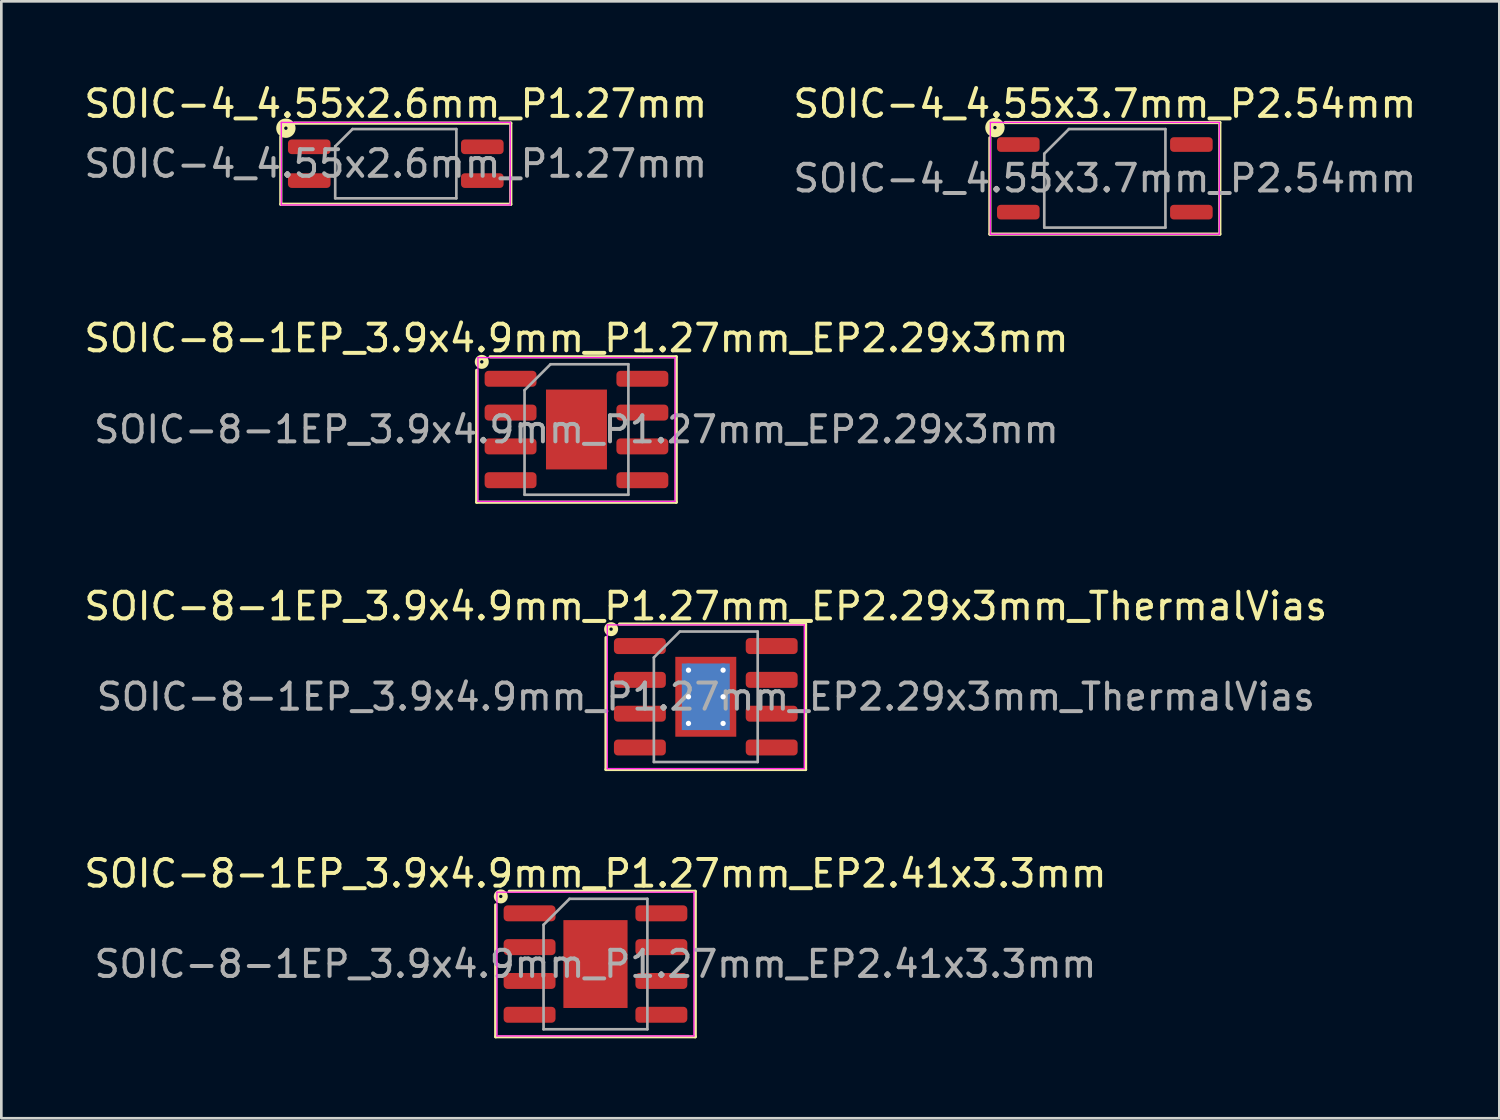
<source format=kicad_pcb>
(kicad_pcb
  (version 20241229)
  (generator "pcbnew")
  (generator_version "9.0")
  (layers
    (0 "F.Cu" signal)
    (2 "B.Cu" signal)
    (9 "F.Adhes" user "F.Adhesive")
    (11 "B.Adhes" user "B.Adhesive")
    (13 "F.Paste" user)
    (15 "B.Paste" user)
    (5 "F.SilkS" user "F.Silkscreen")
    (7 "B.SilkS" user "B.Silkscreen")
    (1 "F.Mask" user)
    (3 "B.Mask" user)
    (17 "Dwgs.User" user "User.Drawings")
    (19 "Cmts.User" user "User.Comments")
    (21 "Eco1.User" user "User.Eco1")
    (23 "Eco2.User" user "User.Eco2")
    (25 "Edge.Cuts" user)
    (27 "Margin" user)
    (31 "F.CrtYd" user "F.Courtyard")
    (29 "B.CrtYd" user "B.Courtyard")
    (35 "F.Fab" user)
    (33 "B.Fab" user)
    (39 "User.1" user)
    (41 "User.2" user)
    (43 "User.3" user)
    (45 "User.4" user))
  (footprint "SOIC-8-1EP_3.9x4.9mm_P1.27mm_EP2.29x3mm"
    (layer "F.Cu")
    (at 18.601 13.081)
    (property "Reference" "SOIC-8-1EP_3.9x4.9mm_P1.27mm_EP2.29x3mm" (at 0 -3.429 0) (layer "F.SilkS") (effects (font (size 1 1) (thickness 0.15))))
    (attr smd)
    (fp_line (start -3.747 -2.223) (end -3.747 2.731) (stroke (width 0.12) (type solid)) (layer "F.SilkS"))
    (fp_line (start -3.747 2.731) (end 3.747 2.731) (stroke (width 0.12) (type solid)) (layer "F.SilkS"))
    (fp_line (start 3.747 -2.731) (end -3.239 -2.731) (stroke (width 0.12) (type solid)) (layer "F.SilkS"))
    (fp_line (start 3.747 2.731) (end 3.747 -2.731) (stroke (width 0.12) (type solid)) (layer "F.SilkS"))
    (fp_circle (center -3.556 -2.54) (end -3.493 -2.54) (stroke (width 0.2) (type solid)) (fill no) (layer "F.SilkS"))
    (fp_line (start -3.7 -2.7) (end -3.7 2.7) (stroke (width 0.05) (type solid)) (layer "F.CrtYd"))
    (fp_line (start -3.7 2.7) (end 3.7 2.7) (stroke (width 0.05) (type solid)) (layer "F.CrtYd"))
    (fp_line (start 3.7 -2.7) (end -3.7 -2.7) (stroke (width 0.05) (type solid)) (layer "F.CrtYd"))
    (fp_line (start 3.7 2.7) (end 3.7 -2.7) (stroke (width 0.05) (type solid)) (layer "F.CrtYd"))
    (fp_line (start -1.95 -1.475) (end -0.975 -2.45) (stroke (width 0.1) (type solid)) (layer "F.Fab"))
    (fp_line (start -1.95 2.45) (end -1.95 -1.475) (stroke (width 0.1) (type solid)) (layer "F.Fab"))
    (fp_line (start -0.975 -2.45) (end 1.95 -2.45) (stroke (width 0.1) (type solid)) (layer "F.Fab"))
    (fp_line (start 1.95 -2.45) (end 1.95 2.45) (stroke (width 0.1) (type solid)) (layer "F.Fab"))
    (fp_line (start 1.95 2.45) (end -1.95 2.45) (stroke (width 0.1) (type solid)) (layer "F.Fab"))
    (fp_text user "${REFERENCE}" (at 0 0 0) (layer "F.Fab") (effects (font (size 0.98 0.98) (thickness 0.15))))
    (pad "" smd roundrect (at -0.57 -0.75) (size 0.92 1.21) (layers "F.Paste") (roundrect_rratio 0.25))
    (pad "" smd roundrect (at -0.57 0.75) (size 0.92 1.21) (layers "F.Paste") (roundrect_rratio 0.25))
    (pad "" smd roundrect (at 0.57 -0.75) (size 0.92 1.21) (layers "F.Paste") (roundrect_rratio 0.25))
    (pad "" smd roundrect (at 0.57 0.75) (size 0.92 1.21) (layers "F.Paste") (roundrect_rratio 0.25))
    (pad "1" smd roundrect (at -2.475 -1.905) (size 1.95 0.6) (layers "F.Cu" "F.Mask" "F.Paste") (roundrect_rratio 0.25))
    (pad "2" smd roundrect (at -2.475 -0.635) (size 1.95 0.6) (layers "F.Cu" "F.Mask" "F.Paste") (roundrect_rratio 0.25))
    (pad "3" smd roundrect (at -2.475 0.635) (size 1.95 0.6) (layers "F.Cu" "F.Mask" "F.Paste") (roundrect_rratio 0.25))
    (pad "4" smd roundrect (at -2.475 1.905) (size 1.95 0.6) (layers "F.Cu" "F.Mask" "F.Paste") (roundrect_rratio 0.25))
    (pad "5" smd roundrect (at 2.475 1.905) (size 1.95 0.6) (layers "F.Cu" "F.Mask" "F.Paste") (roundrect_rratio 0.25))
    (pad "6" smd roundrect (at 2.475 0.635) (size 1.95 0.6) (layers "F.Cu" "F.Mask" "F.Paste") (roundrect_rratio 0.25))
    (pad "7" smd roundrect (at 2.475 -0.635) (size 1.95 0.6) (layers "F.Cu" "F.Mask" "F.Paste") (roundrect_rratio 0.25))
    (pad "8" smd roundrect (at 2.475 -1.905) (size 1.95 0.6) (layers "F.Cu" "F.Mask" "F.Paste") (roundrect_rratio 0.25))
    (pad "9" smd rect (at 0 0) (size 2.29 3) (layers "F.Cu" "F.Mask")))
  (footprint "SOIC-8-1EP_3.9x4.9mm_P1.27mm_EP2.29x3mm_ThermalVias"
    (layer "F.Cu")
    (at 23.458 23.12)
    (property "Reference" "SOIC-8-1EP_3.9x4.9mm_P1.27mm_EP2.29x3mm_ThermalVias" (at 0 -3.4 0) (layer "F.SilkS") (effects (font (size 1 1) (thickness 0.15))))
    (attr smd)
    (fp_line (start -3.747 -2.223) (end -3.747 2.731) (stroke (width 0.12) (type solid)) (layer "F.SilkS"))
    (fp_line (start -3.747 2.731) (end 3.747 2.731) (stroke (width 0.12) (type solid)) (layer "F.SilkS"))
    (fp_line (start 3.747 -2.731) (end -3.239 -2.731) (stroke (width 0.12) (type solid)) (layer "F.SilkS"))
    (fp_line (start 3.747 2.731) (end 3.747 -2.731) (stroke (width 0.12) (type solid)) (layer "F.SilkS"))
    (fp_circle (center -3.556 -2.54) (end -3.493 -2.54) (stroke (width 0.2) (type solid)) (fill no) (layer "F.SilkS"))
    (fp_line (start -3.7 -2.7) (end -3.7 2.7) (stroke (width 0.05) (type solid)) (layer "F.CrtYd"))
    (fp_line (start -3.7 2.7) (end 3.7 2.7) (stroke (width 0.05) (type solid)) (layer "F.CrtYd"))
    (fp_line (start 3.7 -2.7) (end -3.7 -2.7) (stroke (width 0.05) (type solid)) (layer "F.CrtYd"))
    (fp_line (start 3.7 2.7) (end 3.7 -2.7) (stroke (width 0.05) (type solid)) (layer "F.CrtYd"))
    (fp_line (start -1.95 -1.475) (end -0.975 -2.45) (stroke (width 0.1) (type solid)) (layer "F.Fab"))
    (fp_line (start -1.95 2.45) (end -1.95 -1.475) (stroke (width 0.1) (type solid)) (layer "F.Fab"))
    (fp_line (start -0.975 -2.45) (end 1.95 -2.45) (stroke (width 0.1) (type solid)) (layer "F.Fab"))
    (fp_line (start 1.95 -2.45) (end 1.95 2.45) (stroke (width 0.1) (type solid)) (layer "F.Fab"))
    (fp_line (start 1.95 2.45) (end -1.95 2.45) (stroke (width 0.1) (type solid)) (layer "F.Fab"))
    (fp_text user "${REFERENCE}" (at 0 0 0) (layer "F.Fab") (effects (font (size 0.98 0.98) (thickness 0.15))))
    (pad "" smd roundrect (at -0.57 -0.75) (size 0.96 1.25) (layers "F.Paste") (roundrect_rratio 0.25))
    (pad "" smd roundrect (at -0.57 0.75) (size 0.96 1.25) (layers "F.Paste") (roundrect_rratio 0.25))
    (pad "" smd roundrect (at 0.57 -0.75) (size 0.96 1.25) (layers "F.Paste") (roundrect_rratio 0.25))
    (pad "" smd roundrect (at 0.57 0.75) (size 0.96 1.25) (layers "F.Paste") (roundrect_rratio 0.25))
    (pad "1" smd roundrect (at -2.475 -1.905) (size 1.95 0.6) (layers "F.Cu" "F.Mask" "F.Paste") (roundrect_rratio 0.25))
    (pad "2" smd roundrect (at -2.475 -0.635) (size 1.95 0.6) (layers "F.Cu" "F.Mask" "F.Paste") (roundrect_rratio 0.25))
    (pad "3" smd roundrect (at -2.475 0.635) (size 1.95 0.6) (layers "F.Cu" "F.Mask" "F.Paste") (roundrect_rratio 0.25))
    (pad "4" smd roundrect (at -2.475 1.905) (size 1.95 0.6) (layers "F.Cu" "F.Mask" "F.Paste") (roundrect_rratio 0.25))
    (pad "5" smd roundrect (at 2.475 1.905) (size 1.95 0.6) (layers "F.Cu" "F.Mask" "F.Paste") (roundrect_rratio 0.25))
    (pad "6" smd roundrect (at 2.475 0.635) (size 1.95 0.6) (layers "F.Cu" "F.Mask" "F.Paste") (roundrect_rratio 0.25))
    (pad "7" smd roundrect (at 2.475 -0.635) (size 1.95 0.6) (layers "F.Cu" "F.Mask" "F.Paste") (roundrect_rratio 0.25))
    (pad "8" smd roundrect (at 2.475 -1.905) (size 1.95 0.6) (layers "F.Cu" "F.Mask" "F.Paste") (roundrect_rratio 0.25))
    (pad "9" thru_hole circle (at -0.65 -1) (size 0.5 0.5) (drill 0.2) (layers "*.Cu"))
    (pad "9" thru_hole circle (at -0.65 0) (size 0.5 0.5) (drill 0.2) (layers "*.Cu"))
    (pad "9" thru_hole circle (at -0.65 1) (size 0.5 0.5) (drill 0.2) (layers "*.Cu"))
    (pad "9" smd rect (at 0 0) (size 1.8 2.5) (layers "B.Cu" "B.Mask"))
    (pad "9" smd rect (at 0 0) (size 2.29 3) (layers "F.Cu" "F.Mask"))
    (pad "9" thru_hole circle (at 0.65 -1) (size 0.5 0.5) (drill 0.2) (layers "*.Cu"))
    (pad "9" thru_hole circle (at 0.65 0) (size 0.5 0.5) (drill 0.2) (layers "*.Cu"))
    (pad "9" thru_hole circle (at 0.65 1) (size 0.5 0.5) (drill 0.2) (layers "*.Cu")))
  (footprint "SOIC-4_4.55x3.7mm_P2.54mm"
    (layer "F.Cu")
    (at 38.446 3.648)
    (property "Reference" "SOIC-4_4.55x3.7mm_P2.54mm" (at 0 -2.8 0) (layer "F.SilkS") (effects (font (size 1 1) (thickness 0.15))))
    (attr smd)
    (fp_line (start -4.318 -1.524) (end -4.318 2.095) (stroke (width 0.12) (type solid)) (layer "F.SilkS"))
    (fp_line (start -4.318 2.095) (end 4.318 2.095) (stroke (width 0.12) (type solid)) (layer "F.SilkS"))
    (fp_line (start 4.318 -2.095) (end -3.747 -2.095) (stroke (width 0.12) (type solid)) (layer "F.SilkS"))
    (fp_line (start 4.318 2.095) (end 4.318 -2.095) (stroke (width 0.12) (type solid)) (layer "F.SilkS"))
    (fp_circle (center -4.128 -1.905) (end -4.064 -1.905) (stroke (width 0.3) (type solid)) (fill no) (layer "F.SilkS"))
    (fp_line (start -4.3 -2.1) (end -4.3 2.1) (stroke (width 0.05) (type solid)) (layer "F.CrtYd"))
    (fp_line (start -4.3 2.1) (end 4.3 2.1) (stroke (width 0.05) (type solid)) (layer "F.CrtYd"))
    (fp_line (start 4.3 -2.1) (end -4.3 -2.1) (stroke (width 0.05) (type solid)) (layer "F.CrtYd"))
    (fp_line (start 4.3 2.1) (end 4.3 -2.1) (stroke (width 0.05) (type solid)) (layer "F.CrtYd"))
    (fp_line (start -2.275 -0.925) (end -1.35 -1.85) (stroke (width 0.1) (type solid)) (layer "F.Fab"))
    (fp_line (start -2.275 1.85) (end -2.275 -0.925) (stroke (width 0.1) (type solid)) (layer "F.Fab"))
    (fp_line (start -1.35 -1.85) (end 2.275 -1.85) (stroke (width 0.1) (type solid)) (layer "F.Fab"))
    (fp_line (start 2.275 -1.85) (end 2.275 1.85) (stroke (width 0.1) (type solid)) (layer "F.Fab"))
    (fp_line (start 2.275 1.85) (end -2.275 1.85) (stroke (width 0.1) (type solid)) (layer "F.Fab"))
    (fp_text user "${REFERENCE}" (at 0 0 0) (layer "F.Fab") (effects (font (size 1 1) (thickness 0.15))))
    (pad "1" smd roundrect (at -3.25 -1.27) (size 1.6 0.55) (layers "F.Cu" "F.Mask" "F.Paste") (roundrect_rratio 0.25))
    (pad "3" smd roundrect (at -3.25 1.27) (size 1.6 0.55) (layers "F.Cu" "F.Mask" "F.Paste") (roundrect_rratio 0.25))
    (pad "4" smd roundrect (at 3.25 1.27) (size 1.6 0.55) (layers "F.Cu" "F.Mask" "F.Paste") (roundrect_rratio 0.25))
    (pad "6" smd roundrect (at 3.25 -1.27) (size 1.6 0.55) (layers "F.Cu" "F.Mask" "F.Paste") (roundrect_rratio 0.25)))
  (footprint "SOIC-4_4.55x2.6mm_P1.27mm"
    (layer "F.Cu")
    (at 11.815 3.098)
    (property "Reference" "SOIC-4_4.55x2.6mm_P1.27mm" (at 0 -2.25 0) (layer "F.SilkS") (effects (font (size 1 1) (thickness 0.15))))
    (attr smd)
    (fp_line (start -4.318 -1.016) (end -4.318 1.524) (stroke (width 0.12) (type solid)) (layer "F.SilkS"))
    (fp_line (start -4.318 1.524) (end 4.318 1.524) (stroke (width 0.12) (type solid)) (layer "F.SilkS"))
    (fp_line (start 4.318 -1.524) (end -3.81 -1.524) (stroke (width 0.12) (type solid)) (layer "F.SilkS"))
    (fp_line (start 4.318 1.524) (end 4.318 -1.524) (stroke (width 0.12) (type solid)) (layer "F.SilkS"))
    (fp_circle (center -4.128 -1.333) (end -4.064 -1.333) (stroke (width 0.3) (type solid)) (fill no) (layer "F.SilkS"))
    (fp_line (start -4.3 -1.55) (end -4.3 1.55) (stroke (width 0.05) (type solid)) (layer "F.CrtYd"))
    (fp_line (start -4.3 1.55) (end 4.3 1.55) (stroke (width 0.05) (type solid)) (layer "F.CrtYd"))
    (fp_line (start 4.3 -1.55) (end -4.3 -1.55) (stroke (width 0.05) (type solid)) (layer "F.CrtYd"))
    (fp_line (start 4.3 1.55) (end 4.3 -1.55) (stroke (width 0.05) (type solid)) (layer "F.CrtYd"))
    (fp_line (start -2.275 -0.65) (end -1.625 -1.3) (stroke (width 0.1) (type solid)) (layer "F.Fab"))
    (fp_line (start -2.275 1.3) (end -2.275 -0.65) (stroke (width 0.1) (type solid)) (layer "F.Fab"))
    (fp_line (start -1.625 -1.3) (end 2.275 -1.3) (stroke (width 0.1) (type solid)) (layer "F.Fab"))
    (fp_line (start 2.275 -1.3) (end 2.275 1.3) (stroke (width 0.1) (type solid)) (layer "F.Fab"))
    (fp_line (start 2.275 1.3) (end -2.275 1.3) (stroke (width 0.1) (type solid)) (layer "F.Fab"))
    (fp_text user "${REFERENCE}" (at 0 0 0) (layer "F.Fab") (effects (font (size 1 1) (thickness 0.15))))
    (pad "1" smd roundrect (at -3.25 -0.635) (size 1.6 0.55) (layers "F.Cu" "F.Mask" "F.Paste") (roundrect_rratio 0.25))
    (pad "2" smd roundrect (at -3.25 0.635) (size 1.6 0.55) (layers "F.Cu" "F.Mask" "F.Paste") (roundrect_rratio 0.25))
    (pad "3" smd roundrect (at 3.25 0.635) (size 1.6 0.55) (layers "F.Cu" "F.Mask" "F.Paste") (roundrect_rratio 0.25))
    (pad "4" smd roundrect (at 3.25 -0.635) (size 1.6 0.55) (layers "F.Cu" "F.Mask" "F.Paste") (roundrect_rratio 0.25)))
  (footprint "SOIC-8-1EP_3.9x4.9mm_P1.27mm_EP2.41x3.3mm"
    (layer "F.Cu")
    (at 19.315 33.158)
    (property "Reference" "SOIC-8-1EP_3.9x4.9mm_P1.27mm_EP2.41x3.3mm" (at 0 -3.4 0) (layer "F.SilkS") (effects (font (size 1 1) (thickness 0.15))))
    (attr smd)
    (fp_line (start -3.747 -2.223) (end -3.747 2.731) (stroke (width 0.12) (type solid)) (layer "F.SilkS"))
    (fp_line (start -3.747 2.731) (end 3.747 2.731) (stroke (width 0.12) (type solid)) (layer "F.SilkS"))
    (fp_line (start 3.747 -2.731) (end -3.239 -2.731) (stroke (width 0.12) (type solid)) (layer "F.SilkS"))
    (fp_line (start 3.747 2.731) (end 3.747 -2.731) (stroke (width 0.12) (type solid)) (layer "F.SilkS"))
    (fp_circle (center -3.556 -2.54) (end -3.493 -2.54) (stroke (width 0.2) (type solid)) (fill no) (layer "F.SilkS"))
    (fp_line (start -3.7 -2.7) (end -3.7 2.7) (stroke (width 0.05) (type solid)) (layer "F.CrtYd"))
    (fp_line (start -3.7 2.7) (end 3.7 2.7) (stroke (width 0.05) (type solid)) (layer "F.CrtYd"))
    (fp_line (start 3.7 -2.7) (end -3.7 -2.7) (stroke (width 0.05) (type solid)) (layer "F.CrtYd"))
    (fp_line (start 3.7 2.7) (end 3.7 -2.7) (stroke (width 0.05) (type solid)) (layer "F.CrtYd"))
    (fp_line (start -1.95 -1.475) (end -0.975 -2.45) (stroke (width 0.1) (type solid)) (layer "F.Fab"))
    (fp_line (start -1.95 2.45) (end -1.95 -1.475) (stroke (width 0.1) (type solid)) (layer "F.Fab"))
    (fp_line (start -0.975 -2.45) (end 1.95 -2.45) (stroke (width 0.1) (type solid)) (layer "F.Fab"))
    (fp_line (start 1.95 -2.45) (end 1.95 2.45) (stroke (width 0.1) (type solid)) (layer "F.Fab"))
    (fp_line (start 1.95 2.45) (end -1.95 2.45) (stroke (width 0.1) (type solid)) (layer "F.Fab"))
    (fp_text user "${REFERENCE}" (at 0 0 0) (layer "F.Fab") (effects (font (size 0.98 0.98) (thickness 0.15))))
    (pad "" smd roundrect (at -0.6 -0.825) (size 0.97 1.33) (layers "F.Paste") (roundrect_rratio 0.25))
    (pad "" smd roundrect (at -0.6 0.825) (size 0.97 1.33) (layers "F.Paste") (roundrect_rratio 0.25))
    (pad "" smd roundrect (at 0.6 -0.825) (size 0.97 1.33) (layers "F.Paste") (roundrect_rratio 0.25))
    (pad "" smd roundrect (at 0.6 0.825) (size 0.97 1.33) (layers "F.Paste") (roundrect_rratio 0.25))
    (pad "1" smd roundrect (at -2.475 -1.905) (size 1.95 0.6) (layers "F.Cu" "F.Mask" "F.Paste") (roundrect_rratio 0.25))
    (pad "2" smd roundrect (at -2.475 -0.635) (size 1.95 0.6) (layers "F.Cu" "F.Mask" "F.Paste") (roundrect_rratio 0.25))
    (pad "3" smd roundrect (at -2.475 0.635) (size 1.95 0.6) (layers "F.Cu" "F.Mask" "F.Paste") (roundrect_rratio 0.25))
    (pad "4" smd roundrect (at -2.475 1.905) (size 1.95 0.6) (layers "F.Cu" "F.Mask" "F.Paste") (roundrect_rratio 0.25))
    (pad "5" smd roundrect (at 2.475 1.905) (size 1.95 0.6) (layers "F.Cu" "F.Mask" "F.Paste") (roundrect_rratio 0.25))
    (pad "6" smd roundrect (at 2.475 0.635) (size 1.95 0.6) (layers "F.Cu" "F.Mask" "F.Paste") (roundrect_rratio 0.25))
    (pad "7" smd roundrect (at 2.475 -0.635) (size 1.95 0.6) (layers "F.Cu" "F.Mask" "F.Paste") (roundrect_rratio 0.25))
    (pad "8" smd roundrect (at 2.475 -1.905) (size 1.95 0.6) (layers "F.Cu" "F.Mask" "F.Paste") (roundrect_rratio 0.25))
    (pad "9" smd rect (at 0 0) (size 2.41 3.3) (layers "F.Cu" "F.Mask")))
  (gr_rect
    (start -3 -3)
    (end 53.262 38.949)
    (stroke (width 0.1) (type default))
    (fill no)
    (layer "Edge.Cuts")))
</source>
